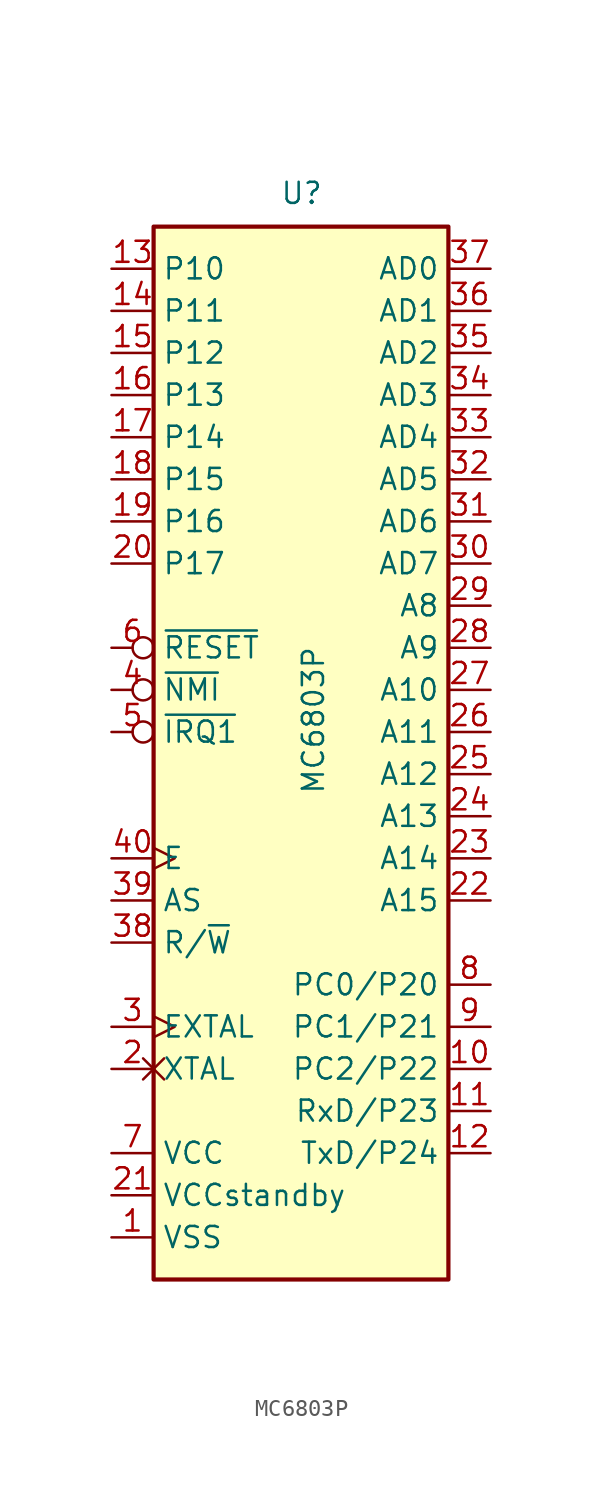
<source format=kicad_sym>
(kicad_symbol_lib
  (version 20231120)
  (generator "kicad_symbol_editor")
  (generator_version "8.0")
  (symbol "MC6803P"
    (property "Reference" "U"
      (at -1.27 31.75 0)
      (effects (font (size 1.27 1.27)) (justify left bottom)))
    (property "Value" "MC6803P"
      (at 0 -3.81 90)
      (effects (font (size 1.27 1.27)) (justify left top)))
    (symbol "MC6803P_0_1"
      (rectangle (start -8.89 -33.02) (end 8.89 30.48) (stroke (width 0.254) (type default)) (fill (type background))))
    (symbol "MC6803P_1_1"
      (pin power_in line (at -11.43 -30.48 0) (length 2.54) (name "VSS" (effects (font (size 1.27 1.27)))) (number "1" (effects (font (size 1.27 1.27)))))
      (pin bidirectional line (at 11.43 -20.32 180) (length 2.54) (name "PC2/P22" (effects (font (size 1.27 1.27)))) (number "10" (effects (font (size 1.27 1.27)))))
      (pin input line (at 11.43 -22.86 180) (length 2.54) (name "RxD/P23" (effects (font (size 1.27 1.27)))) (number "11" (effects (font (size 1.27 1.27)))))
      (pin output line (at 11.43 -25.4 180) (length 2.54) (name "TxD/P24" (effects (font (size 1.27 1.27)))) (number "12" (effects (font (size 1.27 1.27)))))
      (pin bidirectional line (at -11.43 27.94 0) (length 2.54) (name "P10" (effects (font (size 1.27 1.27)))) (number "13" (effects (font (size 1.27 1.27)))))
      (pin bidirectional line (at -11.43 25.4 0) (length 2.54) (name "P11" (effects (font (size 1.27 1.27)))) (number "14" (effects (font (size 1.27 1.27)))))
      (pin bidirectional line (at -11.43 22.86 0) (length 2.54) (name "P12" (effects (font (size 1.27 1.27)))) (number "15" (effects (font (size 1.27 1.27)))))
      (pin bidirectional line (at -11.43 20.32 0) (length 2.54) (name "P13" (effects (font (size 1.27 1.27)))) (number "16" (effects (font (size 1.27 1.27)))))
      (pin bidirectional line (at -11.43 17.78 0) (length 2.54) (name "P14" (effects (font (size 1.27 1.27)))) (number "17" (effects (font (size 1.27 1.27)))))
      (pin bidirectional line (at -11.43 15.24 0) (length 2.54) (name "P15" (effects (font (size 1.27 1.27)))) (number "18" (effects (font (size 1.27 1.27)))))
      (pin bidirectional line (at -11.43 12.7 0) (length 2.54) (name "P16" (effects (font (size 1.27 1.27)))) (number "19" (effects (font (size 1.27 1.27)))))
      (pin input non_logic (at -11.43 -20.32 0) (length 2.54) (name "XTAL" (effects (font (size 1.27 1.27)))) (number "2" (effects (font (size 1.27 1.27)))))
      (pin bidirectional line (at -11.43 10.16 0) (length 2.54) (name "P17" (effects (font (size 1.27 1.27)))) (number "20" (effects (font (size 1.27 1.27)))))
      (pin power_in line (at -11.43 -27.94 0) (length 2.54) (name "VCCstandby" (effects (font (size 1.27 1.27)))) (number "21" (effects (font (size 1.27 1.27)))))
      (pin output line (at 11.43 -10.16 180) (length 2.54) (name "A15" (effects (font (size 1.27 1.27)))) (number "22" (effects (font (size 1.27 1.27)))))
      (pin output line (at 11.43 -7.62 180) (length 2.54) (name "A14" (effects (font (size 1.27 1.27)))) (number "23" (effects (font (size 1.27 1.27)))))
      (pin output line (at 11.43 -5.08 180) (length 2.54) (name "A13" (effects (font (size 1.27 1.27)))) (number "24" (effects (font (size 1.27 1.27)))))
      (pin output line (at 11.43 -2.54 180) (length 2.54) (name "A12" (effects (font (size 1.27 1.27)))) (number "25" (effects (font (size 1.27 1.27)))))
      (pin output line (at 11.43 0 180) (length 2.54) (name "A11" (effects (font (size 1.27 1.27)))) (number "26" (effects (font (size 1.27 1.27)))))
      (pin output line (at 11.43 2.54 180) (length 2.54) (name "A10" (effects (font (size 1.27 1.27)))) (number "27" (effects (font (size 1.27 1.27)))))
      (pin output line (at 11.43 5.08 180) (length 2.54) (name "A9" (effects (font (size 1.27 1.27)))) (number "28" (effects (font (size 1.27 1.27)))))
      (pin output line (at 11.43 7.62 180) (length 2.54) (name "A8" (effects (font (size 1.27 1.27)))) (number "29" (effects (font (size 1.27 1.27)))))
      (pin input clock (at -11.43 -17.78 0) (length 2.54) (name "EXTAL" (effects (font (size 1.27 1.27)))) (number "3" (effects (font (size 1.27 1.27)))))
      (pin bidirectional line (at 11.43 10.16 180) (length 2.54) (name "AD7" (effects (font (size 1.27 1.27)))) (number "30" (effects (font (size 1.27 1.27)))))
      (pin bidirectional line (at 11.43 12.7 180) (length 2.54) (name "AD6" (effects (font (size 1.27 1.27)))) (number "31" (effects (font (size 1.27 1.27)))))
      (pin bidirectional line (at 11.43 15.24 180) (length 2.54) (name "AD5" (effects (font (size 1.27 1.27)))) (number "32" (effects (font (size 1.27 1.27)))))
      (pin bidirectional line (at 11.43 17.78 180) (length 2.54) (name "AD4" (effects (font (size 1.27 1.27)))) (number "33" (effects (font (size 1.27 1.27)))))
      (pin bidirectional line (at 11.43 20.32 180) (length 2.54) (name "AD3" (effects (font (size 1.27 1.27)))) (number "34" (effects (font (size 1.27 1.27)))))
      (pin bidirectional line (at 11.43 22.86 180) (length 2.54) (name "AD2" (effects (font (size 1.27 1.27)))) (number "35" (effects (font (size 1.27 1.27)))))
      (pin bidirectional line (at 11.43 25.4 180) (length 2.54) (name "AD1" (effects (font (size 1.27 1.27)))) (number "36" (effects (font (size 1.27 1.27)))))
      (pin bidirectional line (at 11.43 27.94 180) (length 2.54) (name "AD0" (effects (font (size 1.27 1.27)))) (number "37" (effects (font (size 1.27 1.27)))))
      (pin output line (at -11.43 -12.7 0) (length 2.54) (name "R/~{W}" (effects (font (size 1.27 1.27)))) (number "38" (effects (font (size 1.27 1.27)))))
      (pin output line (at -11.43 -10.16 0) (length 2.54) (name "AS" (effects (font (size 1.27 1.27)))) (number "39" (effects (font (size 1.27 1.27)))))
      (pin input inverted (at -11.43 2.54 0) (length 2.54) (name "~{NMI}" (effects (font (size 1.27 1.27)))) (number "4" (effects (font (size 1.27 1.27)))))
      (pin output clock (at -11.43 -7.62 0) (length 2.54) (name "E" (effects (font (size 1.27 1.27)))) (number "40" (effects (font (size 1.27 1.27)))))
      (pin input inverted (at -11.43 0 0) (length 2.54) (name "~{IRQ1}" (effects (font (size 1.27 1.27)))) (number "5" (effects (font (size 1.27 1.27)))))
      (pin input inverted (at -11.43 5.08 0) (length 2.54) (name "~{RESET}" (effects (font (size 1.27 1.27)))) (number "6" (effects (font (size 1.27 1.27)))))
      (pin power_in line (at -11.43 -25.4 0) (length 2.54) (name "VCC" (effects (font (size 1.27 1.27)))) (number "7" (effects (font (size 1.27 1.27)))))
      (pin bidirectional line (at 11.43 -15.24 180) (length 2.54) (name "PC0/P20" (effects (font (size 1.27 1.27)))) (number "8" (effects (font (size 1.27 1.27)))))
      (pin bidirectional line (at 11.43 -17.78 180) (length 2.54) (name "PC1/P21" (effects (font (size 1.27 1.27)))) (number "9" (effects (font (size 1.27 1.27))))))))
</source>
